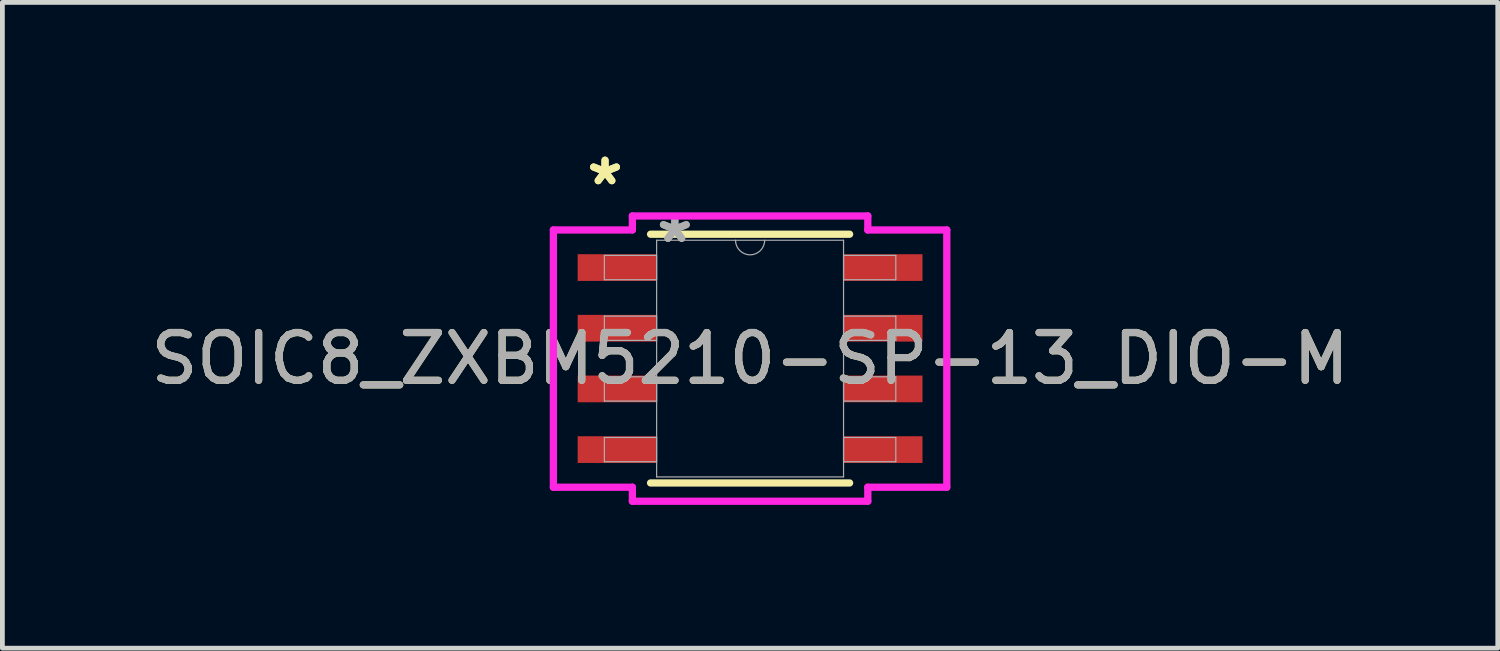
<source format=kicad_pcb>
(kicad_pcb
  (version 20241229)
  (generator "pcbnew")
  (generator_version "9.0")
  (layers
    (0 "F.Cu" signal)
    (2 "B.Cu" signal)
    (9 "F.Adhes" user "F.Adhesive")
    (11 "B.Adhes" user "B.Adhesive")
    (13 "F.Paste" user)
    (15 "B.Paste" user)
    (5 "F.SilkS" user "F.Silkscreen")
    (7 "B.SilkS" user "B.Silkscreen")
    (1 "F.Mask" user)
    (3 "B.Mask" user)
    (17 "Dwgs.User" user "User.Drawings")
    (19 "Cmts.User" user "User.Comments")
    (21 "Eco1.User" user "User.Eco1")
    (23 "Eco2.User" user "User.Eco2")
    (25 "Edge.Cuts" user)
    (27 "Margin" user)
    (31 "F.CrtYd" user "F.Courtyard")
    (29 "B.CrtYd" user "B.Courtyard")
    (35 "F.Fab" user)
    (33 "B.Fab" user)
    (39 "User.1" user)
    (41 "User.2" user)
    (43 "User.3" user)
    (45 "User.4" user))
  (footprint "SOIC8_ZXBM5210-SP-13_DIO-M"
    (layer "F.Cu")
    (at 12.649 4.455)
    (property "Reference" "SOIC8_ZXBM5210-SP-13_DIO-M" (at 0 0 0) (unlocked yes) (layer "F.SilkS") (effects (font (size 1 1) (thickness 0.15))))
    (attr smd)
    (fp_line (start -2.083 2.603) (end 2.083 2.603) (stroke (width 0.152) (type solid)) (layer "F.SilkS"))
    (fp_line (start 2.083 -2.603) (end -2.083 -2.603) (stroke (width 0.152) (type solid)) (layer "F.SilkS"))
    (fp_line (start -4.117 -2.692) (end -2.464 -2.692) (stroke (width 0.152) (type solid)) (layer "F.CrtYd"))
    (fp_line (start -4.117 2.692) (end -4.117 -2.692) (stroke (width 0.152) (type solid)) (layer "F.CrtYd"))
    (fp_line (start -4.117 2.692) (end -2.464 2.692) (stroke (width 0.152) (type solid)) (layer "F.CrtYd"))
    (fp_line (start -2.464 -2.985) (end 2.464 -2.985) (stroke (width 0.152) (type solid)) (layer "F.CrtYd"))
    (fp_line (start -2.464 -2.692) (end -2.464 -2.985) (stroke (width 0.152) (type solid)) (layer "F.CrtYd"))
    (fp_line (start -2.464 2.985) (end -2.464 2.692) (stroke (width 0.152) (type solid)) (layer "F.CrtYd"))
    (fp_line (start 2.464 -2.985) (end 2.464 -2.692) (stroke (width 0.152) (type solid)) (layer "F.CrtYd"))
    (fp_line (start 2.464 2.692) (end 2.464 2.985) (stroke (width 0.152) (type solid)) (layer "F.CrtYd"))
    (fp_line (start 2.464 2.985) (end -2.464 2.985) (stroke (width 0.152) (type solid)) (layer "F.CrtYd"))
    (fp_line (start 4.117 -2.692) (end 2.464 -2.692) (stroke (width 0.152) (type solid)) (layer "F.CrtYd"))
    (fp_line (start 4.117 -2.692) (end 4.117 2.692) (stroke (width 0.152) (type solid)) (layer "F.CrtYd"))
    (fp_line (start 4.117 2.692) (end 2.464 2.692) (stroke (width 0.152) (type solid)) (layer "F.CrtYd"))
    (fp_line (start -3.05 -2.159) (end -3.05 -1.651) (stroke (width 0.025) (type solid)) (layer "F.Fab"))
    (fp_line (start -3.05 -1.651) (end -1.956 -1.651) (stroke (width 0.025) (type solid)) (layer "F.Fab"))
    (fp_line (start -3.05 -0.889) (end -3.05 -0.381) (stroke (width 0.025) (type solid)) (layer "F.Fab"))
    (fp_line (start -3.05 -0.381) (end -1.956 -0.381) (stroke (width 0.025) (type solid)) (layer "F.Fab"))
    (fp_line (start -3.05 0.381) (end -3.05 0.889) (stroke (width 0.025) (type solid)) (layer "F.Fab"))
    (fp_line (start -3.05 0.889) (end -1.956 0.889) (stroke (width 0.025) (type solid)) (layer "F.Fab"))
    (fp_line (start -3.05 1.651) (end -3.05 2.159) (stroke (width 0.025) (type solid)) (layer "F.Fab"))
    (fp_line (start -3.05 2.159) (end -1.956 2.159) (stroke (width 0.025) (type solid)) (layer "F.Fab"))
    (fp_line (start -1.956 -2.477) (end -1.956 2.477) (stroke (width 0.025) (type solid)) (layer "F.Fab"))
    (fp_line (start -1.956 -2.159) (end -3.05 -2.159) (stroke (width 0.025) (type solid)) (layer "F.Fab"))
    (fp_line (start -1.956 -1.651) (end -1.956 -2.159) (stroke (width 0.025) (type solid)) (layer "F.Fab"))
    (fp_line (start -1.956 -0.889) (end -3.05 -0.889) (stroke (width 0.025) (type solid)) (layer "F.Fab"))
    (fp_line (start -1.956 -0.381) (end -1.956 -0.889) (stroke (width 0.025) (type solid)) (layer "F.Fab"))
    (fp_line (start -1.956 0.381) (end -3.05 0.381) (stroke (width 0.025) (type solid)) (layer "F.Fab"))
    (fp_line (start -1.956 0.889) (end -1.956 0.381) (stroke (width 0.025) (type solid)) (layer "F.Fab"))
    (fp_line (start -1.956 1.651) (end -3.05 1.651) (stroke (width 0.025) (type solid)) (layer "F.Fab"))
    (fp_line (start -1.956 2.159) (end -1.956 1.651) (stroke (width 0.025) (type solid)) (layer "F.Fab"))
    (fp_line (start -1.956 2.477) (end 1.956 2.477) (stroke (width 0.025) (type solid)) (layer "F.Fab"))
    (fp_line (start 1.956 -2.477) (end -1.956 -2.477) (stroke (width 0.025) (type solid)) (layer "F.Fab"))
    (fp_line (start 1.956 -2.159) (end 1.956 -1.651) (stroke (width 0.025) (type solid)) (layer "F.Fab"))
    (fp_line (start 1.956 -1.651) (end 3.05 -1.651) (stroke (width 0.025) (type solid)) (layer "F.Fab"))
    (fp_line (start 1.956 -0.889) (end 1.956 -0.381) (stroke (width 0.025) (type solid)) (layer "F.Fab"))
    (fp_line (start 1.956 -0.381) (end 3.05 -0.381) (stroke (width 0.025) (type solid)) (layer "F.Fab"))
    (fp_line (start 1.956 0.381) (end 1.956 0.889) (stroke (width 0.025) (type solid)) (layer "F.Fab"))
    (fp_line (start 1.956 0.889) (end 3.05 0.889) (stroke (width 0.025) (type solid)) (layer "F.Fab"))
    (fp_line (start 1.956 1.651) (end 1.956 2.159) (stroke (width 0.025) (type solid)) (layer "F.Fab"))
    (fp_line (start 1.956 2.159) (end 3.05 2.159) (stroke (width 0.025) (type solid)) (layer "F.Fab"))
    (fp_line (start 1.956 2.477) (end 1.956 -2.477) (stroke (width 0.025) (type solid)) (layer "F.Fab"))
    (fp_line (start 3.05 -2.159) (end 1.956 -2.159) (stroke (width 0.025) (type solid)) (layer "F.Fab"))
    (fp_line (start 3.05 -1.651) (end 3.05 -2.159) (stroke (width 0.025) (type solid)) (layer "F.Fab"))
    (fp_line (start 3.05 -0.889) (end 1.956 -0.889) (stroke (width 0.025) (type solid)) (layer "F.Fab"))
    (fp_line (start 3.05 -0.381) (end 3.05 -0.889) (stroke (width 0.025) (type solid)) (layer "F.Fab"))
    (fp_line (start 3.05 0.381) (end 1.956 0.381) (stroke (width 0.025) (type solid)) (layer "F.Fab"))
    (fp_line (start 3.05 0.889) (end 3.05 0.381) (stroke (width 0.025) (type solid)) (layer "F.Fab"))
    (fp_line (start 3.05 1.651) (end 1.956 1.651) (stroke (width 0.025) (type solid)) (layer "F.Fab"))
    (fp_line (start 3.05 2.159) (end 3.05 1.651) (stroke (width 0.025) (type solid)) (layer "F.Fab"))
    (fp_arc (start 0.3048 -2.4765) (mid 0 -2.1717) (end -0.3048 -2.4765) (stroke (width 0.0254) (type solid)) (layer "F.Fab"))
    (fp_text user "*" (at -3.036 -3.607 0) (unlocked yes) (layer "F.SilkS") (effects (font (size 1 1) (thickness 0.15))))
    (fp_text user "*" (at -3.036 -3.607 0) (layer "F.SilkS") (effects (font (size 1 1) (thickness 0.15))))
    (fp_text user "*" (at -1.575 -2.4 0) (unlocked yes) (layer "F.Fab") (effects (font (size 1 1) (thickness 0.15))))
    (fp_text user "*" (at -1.575 -2.4 0) (layer "F.Fab") (effects (font (size 1 1) (thickness 0.15))))
    (fp_text user "${REFERENCE}" (at 0 0 0) (unlocked yes) (layer "F.Fab") (effects (font (size 1 1) (thickness 0.15))))
    (pad "1" smd rect (at -2.782 -1.905) (size 1.653 0.559) (layers "F.Cu" "F.Mask" "F.Paste"))
    (pad "2" smd rect (at -2.782 -0.635) (size 1.653 0.559) (layers "F.Cu" "F.Mask" "F.Paste"))
    (pad "3" smd rect (at -2.782 0.635) (size 1.653 0.559) (layers "F.Cu" "F.Mask" "F.Paste"))
    (pad "4" smd rect (at -2.782 1.905) (size 1.653 0.559) (layers "F.Cu" "F.Mask" "F.Paste"))
    (pad "5" smd rect (at 2.782 1.905) (size 1.653 0.559) (layers "F.Cu" "F.Mask" "F.Paste"))
    (pad "6" smd rect (at 2.782 0.635) (size 1.653 0.559) (layers "F.Cu" "F.Mask" "F.Paste"))
    (pad "7" smd rect (at 2.782 -0.635) (size 1.653 0.559) (layers "F.Cu" "F.Mask" "F.Paste"))
    (pad "8" smd rect (at 2.782 -1.905) (size 1.653 0.559) (layers "F.Cu" "F.Mask" "F.Paste")))
  (gr_rect
    (start -3 -3)
    (end 28.298 10.516)
    (stroke (width 0.1) (type default))
    (fill no)
    (layer "Edge.Cuts")))
</source>
